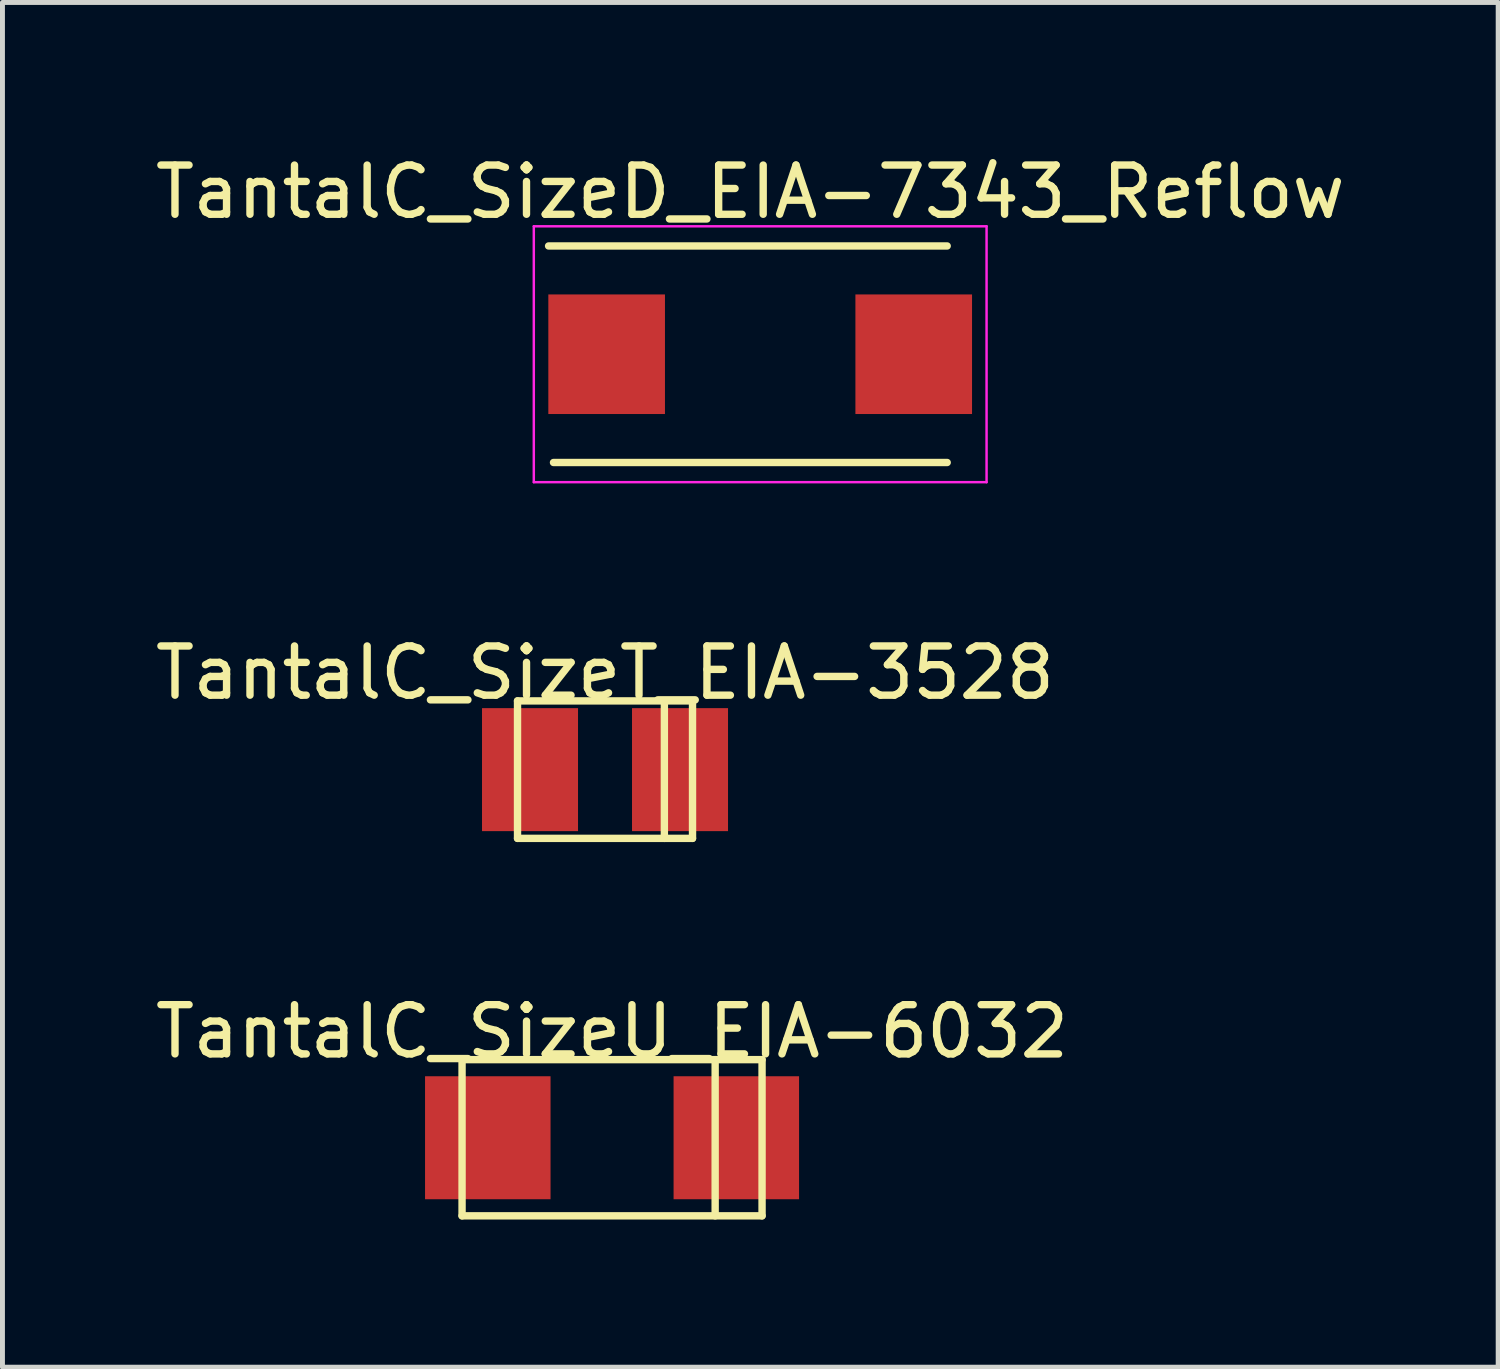
<source format=kicad_pcb>
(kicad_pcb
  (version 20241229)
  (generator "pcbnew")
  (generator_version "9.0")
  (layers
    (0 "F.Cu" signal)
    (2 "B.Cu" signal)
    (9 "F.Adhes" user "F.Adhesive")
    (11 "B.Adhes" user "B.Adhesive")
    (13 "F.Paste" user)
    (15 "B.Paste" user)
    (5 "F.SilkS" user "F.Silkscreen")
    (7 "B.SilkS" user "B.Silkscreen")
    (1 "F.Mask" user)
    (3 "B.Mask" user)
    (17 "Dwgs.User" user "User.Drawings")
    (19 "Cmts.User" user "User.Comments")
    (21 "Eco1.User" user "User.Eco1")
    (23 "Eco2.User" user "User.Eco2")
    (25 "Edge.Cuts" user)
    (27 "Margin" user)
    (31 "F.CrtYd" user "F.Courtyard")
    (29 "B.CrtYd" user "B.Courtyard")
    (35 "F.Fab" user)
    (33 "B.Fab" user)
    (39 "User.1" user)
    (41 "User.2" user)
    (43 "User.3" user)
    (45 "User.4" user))
  (footprint "TantalC_SizeD_EIA-7343_Reflow"
    (layer "F.Cu")
    (at 12.397 4.148)
    (property "Reference" "TantalC_SizeD_EIA-7343_Reflow" (at -0.201 -3.299 0) (layer "F.SilkS") (effects (font (size 1 1) (thickness 0.15))))
    (attr smd)
    (fp_line (start -4.2 2.2) (end 3.8 2.2) (stroke (width 0.15) (type solid)) (layer "F.SilkS"))
    (fp_line (start 3.8 -2.2) (end -4.3 -2.2) (stroke (width 0.15) (type solid)) (layer "F.SilkS"))
    (fp_line (start -4.6 -2.6) (end -4.6 2.6) (stroke (width 0.05) (type solid)) (layer "F.CrtYd"))
    (fp_line (start -4.6 2.6) (end 4.6 2.6) (stroke (width 0.05) (type solid)) (layer "F.CrtYd"))
    (fp_line (start 4.6 -2.6) (end -4.6 -2.6) (stroke (width 0.05) (type solid)) (layer "F.CrtYd"))
    (fp_line (start 4.6 2.6) (end 4.6 -2.6) (stroke (width 0.05) (type solid)) (layer "F.CrtYd"))
    (pad "1" smd rect (at -3.12 0) (size 2.37 2.43) (layers "F.Cu" "F.Mask" "F.Paste"))
    (pad "2" smd rect (at 3.12 0) (size 2.37 2.43) (layers "F.Cu" "F.Mask" "F.Paste")))
  (footprint "TantalC_SizeT_EIA-3528"
    (layer "F.Cu")
    (at 9.244 12.589)
    (property "Reference" "TantalC_SizeT_EIA-3528" (at 0 -1.968 0) (layer "F.SilkS") (effects (font (size 1 1) (thickness 0.15))))
    (attr through_hole)
    (fp_line (start -1.778 -1.397) (end -1.778 1.397) (stroke (width 0.15) (type solid)) (layer "F.SilkS"))
    (fp_line (start -1.778 1.397) (end 1.778 1.397) (stroke (width 0.15) (type solid)) (layer "F.SilkS"))
    (fp_line (start 1.206 -1.397) (end 1.206 1.397) (stroke (width 0.15) (type solid)) (layer "F.SilkS"))
    (fp_line (start 1.778 -1.397) (end -1.778 -1.397) (stroke (width 0.15) (type solid)) (layer "F.SilkS"))
    (fp_line (start 1.778 1.397) (end 1.778 -1.397) (stroke (width 0.15) (type solid)) (layer "F.SilkS"))
    (pad "1" smd rect (at 1.524 0) (size 1.951 2.499) (layers "F.Cu" "F.Mask" "F.Paste"))
    (pad "2" smd rect (at -1.524 0) (size 1.951 2.499) (layers "F.Cu" "F.Mask" "F.Paste")))
  (footprint "TantalC_SizeU_EIA-6032"
    (layer "F.Cu")
    (at 9.387 20.069)
    (property "Reference" "TantalC_SizeU_EIA-6032" (at 0 -2.159 0) (layer "F.SilkS") (effects (font (size 1 1) (thickness 0.15))))
    (attr through_hole)
    (fp_line (start -3.048 -1.587) (end -3.048 1.587) (stroke (width 0.15) (type solid)) (layer "F.SilkS"))
    (fp_line (start -3.048 1.587) (end 3.048 1.587) (stroke (width 0.15) (type solid)) (layer "F.SilkS"))
    (fp_line (start 2.095 -1.587) (end 2.095 1.587) (stroke (width 0.15) (type solid)) (layer "F.SilkS"))
    (fp_line (start 3.048 -1.587) (end -3.048 -1.587) (stroke (width 0.15) (type solid)) (layer "F.SilkS"))
    (fp_line (start 3.048 1.587) (end 3.048 -1.587) (stroke (width 0.15) (type solid)) (layer "F.SilkS"))
    (pad "1" smd rect (at 2.525 0) (size 2.55 2.499) (layers "F.Cu" "F.Mask" "F.Paste"))
    (pad "2" smd rect (at -2.525 0) (size 2.55 2.499) (layers "F.Cu" "F.Mask" "F.Paste")))
  (gr_rect
    (start -3 -3)
    (end 27.393 24.731)
    (stroke (width 0.1) (type default))
    (fill no)
    (layer "Edge.Cuts")))
</source>
